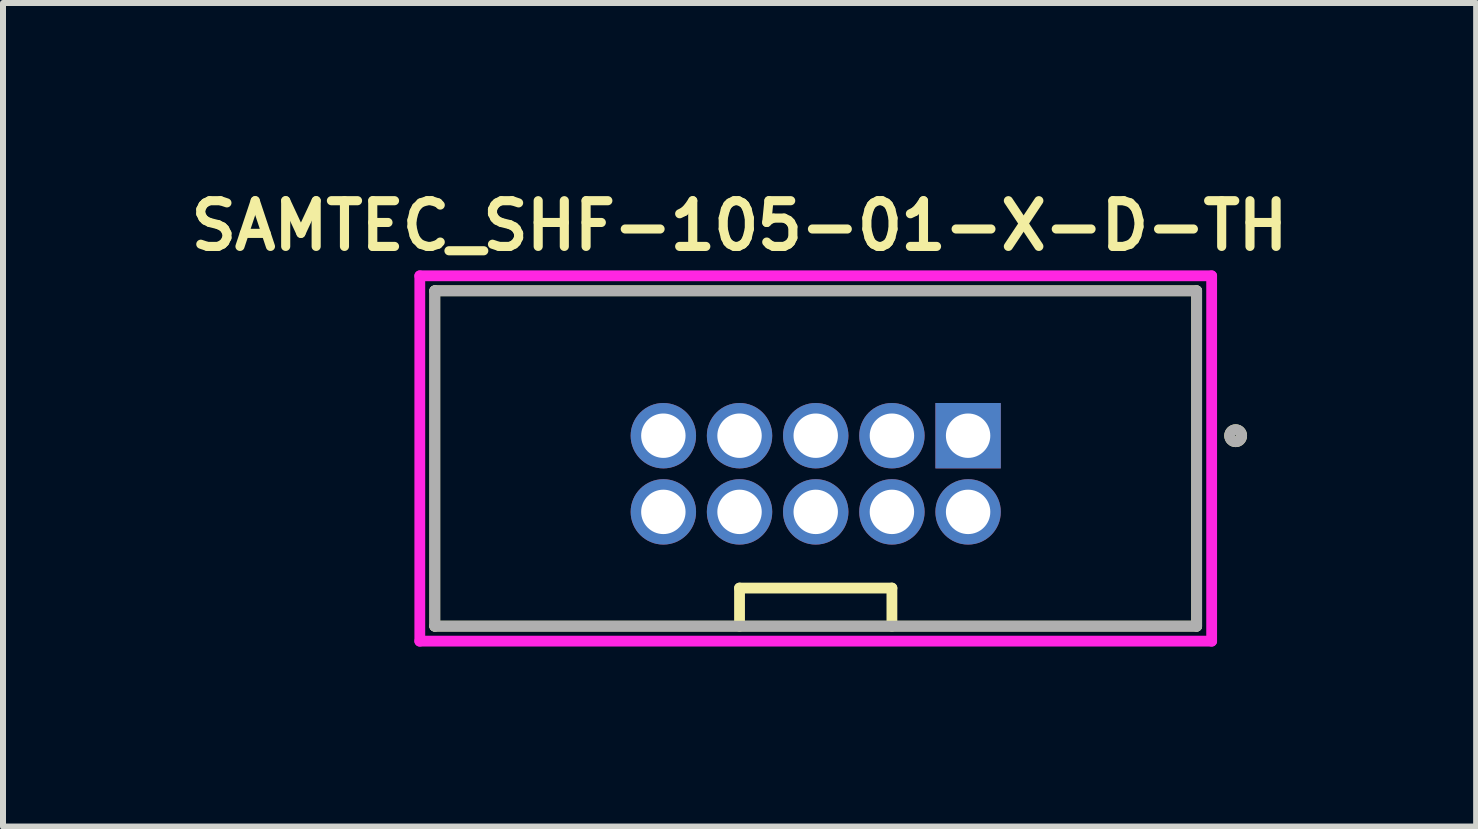
<source format=kicad_pcb>
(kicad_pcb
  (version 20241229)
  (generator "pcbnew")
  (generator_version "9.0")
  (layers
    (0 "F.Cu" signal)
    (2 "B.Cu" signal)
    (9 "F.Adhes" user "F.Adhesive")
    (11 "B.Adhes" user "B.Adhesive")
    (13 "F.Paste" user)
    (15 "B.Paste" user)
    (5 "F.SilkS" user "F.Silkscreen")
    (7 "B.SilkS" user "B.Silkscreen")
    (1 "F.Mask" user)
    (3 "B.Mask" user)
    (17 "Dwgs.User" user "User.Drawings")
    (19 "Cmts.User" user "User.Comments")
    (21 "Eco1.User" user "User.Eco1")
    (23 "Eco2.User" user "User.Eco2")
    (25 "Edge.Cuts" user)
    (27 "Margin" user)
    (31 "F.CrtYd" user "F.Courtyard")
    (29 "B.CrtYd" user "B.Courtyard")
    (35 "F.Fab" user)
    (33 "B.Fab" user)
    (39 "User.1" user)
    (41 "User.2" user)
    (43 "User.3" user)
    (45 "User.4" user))
  (footprint "SAMTEC_SHF-105-01-X-D-TH"
    (layer "F.Cu")
    (at 10.548 4.848)
    (property "Reference" "SAMTEC_SHF-105-01-X-D-TH" (at -1.27 -4.135 180) (layer "F.SilkS") (effects (font (size 0.762 0.762) (thickness 0.152))))
    (attr through_hole)
    (fp_line (start -6.35 2.54) (end -6.35 -3.05) (stroke (width 0.18) (type solid)) (layer "F.SilkS"))
    (fp_line (start -1.27 1.905) (end -1.27 2.54) (stroke (width 0.18) (type solid)) (layer "F.SilkS"))
    (fp_line (start 1.27 1.905) (end -1.27 1.905) (stroke (width 0.18) (type solid)) (layer "F.SilkS"))
    (fp_line (start 1.27 2.54) (end 1.27 1.905) (stroke (width 0.18) (type solid)) (layer "F.SilkS"))
    (fp_line (start 6.35 -3.05) (end -6.35 -3.05) (stroke (width 0.18) (type solid)) (layer "F.SilkS"))
    (fp_line (start 6.35 -3.05) (end 6.35 2.54) (stroke (width 0.18) (type solid)) (layer "F.SilkS"))
    (fp_line (start 6.35 2.54) (end -6.35 2.54) (stroke (width 0.18) (type solid)) (layer "F.SilkS"))
    (fp_circle (center 7 -0.635) (end 7.1 -0.635) (stroke (width 0.18) (type solid)) (fill no) (layer "F.SilkS"))
    (fp_line (start -6.6 -3.3) (end 6.6 -3.3) (stroke (width 0.18) (type solid)) (layer "F.CrtYd"))
    (fp_line (start -6.6 2.79) (end -6.6 -3.3) (stroke (width 0.18) (type solid)) (layer "F.CrtYd"))
    (fp_line (start 6.6 -3.3) (end 6.6 2.79) (stroke (width 0.18) (type solid)) (layer "F.CrtYd"))
    (fp_line (start 6.6 2.79) (end -6.6 2.79) (stroke (width 0.18) (type solid)) (layer "F.CrtYd"))
    (fp_line (start -6.35 -3.05) (end 6.35 -3.05) (stroke (width 0.18) (type solid)) (layer "F.Fab"))
    (fp_line (start -6.35 2.54) (end -6.35 -3.05) (stroke (width 0.18) (type solid)) (layer "F.Fab"))
    (fp_line (start 6.35 -3.05) (end 6.35 2.54) (stroke (width 0.18) (type solid)) (layer "F.Fab"))
    (fp_line (start 6.35 2.54) (end -6.35 2.54) (stroke (width 0.18) (type solid)) (layer "F.Fab"))
    (fp_circle (center 7 -0.635) (end 7.1 -0.635) (stroke (width 0.18) (type solid)) (fill no) (layer "F.Fab"))
    (pad "1" thru_hole rect (at 2.54 -0.635) (size 1.09 1.09) (drill 0.74) (layers "*.Cu" "*.Mask"))
    (pad "2" thru_hole circle (at 2.54 0.635) (size 1.09 1.09) (drill 0.74) (layers "*.Cu" "*.Mask"))
    (pad "3" thru_hole circle (at 1.27 -0.635) (size 1.09 1.09) (drill 0.74) (layers "*.Cu" "*.Mask"))
    (pad "4" thru_hole circle (at 1.27 0.635) (size 1.09 1.09) (drill 0.74) (layers "*.Cu" "*.Mask"))
    (pad "5" thru_hole circle (at 0 -0.635) (size 1.09 1.09) (drill 0.74) (layers "*.Cu" "*.Mask"))
    (pad "6" thru_hole circle (at 0 0.635) (size 1.09 1.09) (drill 0.74) (layers "*.Cu" "*.Mask"))
    (pad "7" thru_hole circle (at -1.27 -0.635) (size 1.09 1.09) (drill 0.74) (layers "*.Cu" "*.Mask"))
    (pad "8" thru_hole circle (at -1.27 0.635) (size 1.09 1.09) (drill 0.74) (layers "*.Cu" "*.Mask"))
    (pad "9" thru_hole circle (at -2.54 -0.635) (size 1.09 1.09) (drill 0.74) (layers "*.Cu" "*.Mask"))
    (pad "10" thru_hole circle (at -2.54 0.635) (size 1.09 1.09) (drill 0.74) (layers "*.Cu" "*.Mask")))
  (gr_rect
    (start -3 -3)
    (end 21.557 10.728)
    (stroke (width 0.1) (type default))
    (fill no)
    (layer "Edge.Cuts")))
</source>
